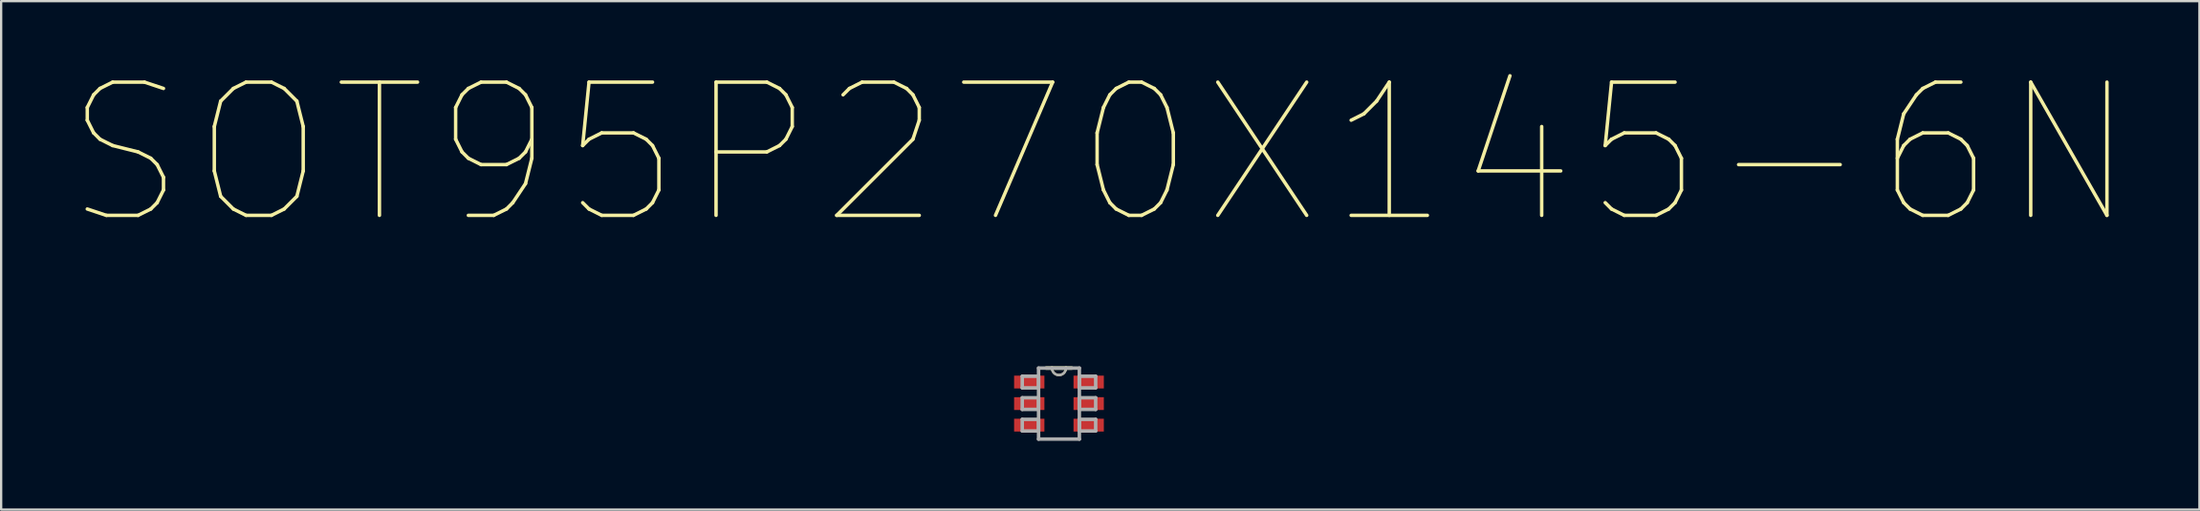
<source format=kicad_pcb>
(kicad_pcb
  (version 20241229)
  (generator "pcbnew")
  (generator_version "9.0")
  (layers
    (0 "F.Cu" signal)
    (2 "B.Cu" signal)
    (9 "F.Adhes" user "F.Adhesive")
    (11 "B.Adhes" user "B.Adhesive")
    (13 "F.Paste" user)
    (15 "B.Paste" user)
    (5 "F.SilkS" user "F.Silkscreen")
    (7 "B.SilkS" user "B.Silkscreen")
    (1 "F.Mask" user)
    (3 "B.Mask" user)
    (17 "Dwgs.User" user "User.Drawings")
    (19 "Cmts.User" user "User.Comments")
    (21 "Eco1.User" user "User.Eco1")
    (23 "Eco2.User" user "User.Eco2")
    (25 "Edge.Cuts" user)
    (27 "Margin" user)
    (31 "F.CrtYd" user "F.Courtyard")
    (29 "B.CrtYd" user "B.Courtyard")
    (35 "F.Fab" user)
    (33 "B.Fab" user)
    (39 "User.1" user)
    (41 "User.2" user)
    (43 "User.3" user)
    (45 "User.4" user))
  (footprint "SOT95P270X145-6N"
    (layer "F.Cu")
    (at 43.104 14.558)
    (property "Reference" "SOT95P270X145-6N" (at 1.801 -10.894 0) (layer "F.SilkS") (effects (font (size 5.813 5.813) (thickness 0.15))))
    (attr smd)
    (fp_line (start -0.305 -1.549) (end -0.559 -1.549) (stroke (width 0.152) (type solid)) (layer "F.SilkS"))
    (fp_line (start 0.305 -1.549) (end -0.305 -1.549) (stroke (width 0.152) (type solid)) (layer "F.SilkS"))
    (fp_line (start 0.559 -1.549) (end 0.305 -1.549) (stroke (width 0.152) (type solid)) (layer "F.SilkS"))
    (fp_arc (start 0.3048 -1.5494) (mid 0 -1.2446) (end -0.3048 -1.5494) (stroke (width 0.1) (type solid)) (layer "F.SilkS"))
    (fp_line (start -1.6 -1.194) (end -1.6 -0.686) (stroke (width 0.152) (type solid)) (layer "F.Fab"))
    (fp_line (start -1.6 -0.686) (end -0.889 -0.686) (stroke (width 0.152) (type solid)) (layer "F.Fab"))
    (fp_line (start -1.6 -0.254) (end -1.6 0.254) (stroke (width 0.152) (type solid)) (layer "F.Fab"))
    (fp_line (start -1.6 0.254) (end -0.889 0.254) (stroke (width 0.152) (type solid)) (layer "F.Fab"))
    (fp_line (start -1.6 0.686) (end -1.6 1.194) (stroke (width 0.152) (type solid)) (layer "F.Fab"))
    (fp_line (start -1.6 1.194) (end -0.889 1.194) (stroke (width 0.152) (type solid)) (layer "F.Fab"))
    (fp_line (start -0.889 -1.549) (end -0.889 1.549) (stroke (width 0.152) (type solid)) (layer "F.Fab"))
    (fp_line (start -0.889 -1.194) (end -1.6 -1.194) (stroke (width 0.152) (type solid)) (layer "F.Fab"))
    (fp_line (start -0.889 -0.686) (end -0.889 -1.194) (stroke (width 0.152) (type solid)) (layer "F.Fab"))
    (fp_line (start -0.889 -0.254) (end -1.6 -0.254) (stroke (width 0.152) (type solid)) (layer "F.Fab"))
    (fp_line (start -0.889 0.254) (end -0.889 -0.254) (stroke (width 0.152) (type solid)) (layer "F.Fab"))
    (fp_line (start -0.889 0.686) (end -1.6 0.686) (stroke (width 0.152) (type solid)) (layer "F.Fab"))
    (fp_line (start -0.889 1.194) (end -0.889 0.686) (stroke (width 0.152) (type solid)) (layer "F.Fab"))
    (fp_line (start -0.889 1.549) (end 0.889 1.549) (stroke (width 0.152) (type solid)) (layer "F.Fab"))
    (fp_line (start -0.305 -1.549) (end -0.889 -1.549) (stroke (width 0.152) (type solid)) (layer "F.Fab"))
    (fp_line (start 0.305 -1.549) (end -0.305 -1.549) (stroke (width 0.152) (type solid)) (layer "F.Fab"))
    (fp_line (start 0.889 -1.549) (end 0.305 -1.549) (stroke (width 0.152) (type solid)) (layer "F.Fab"))
    (fp_line (start 0.889 -1.194) (end 0.889 -0.686) (stroke (width 0.152) (type solid)) (layer "F.Fab"))
    (fp_line (start 0.889 -0.686) (end 1.6 -0.686) (stroke (width 0.152) (type solid)) (layer "F.Fab"))
    (fp_line (start 0.889 -0.254) (end 0.889 0.254) (stroke (width 0.152) (type solid)) (layer "F.Fab"))
    (fp_line (start 0.889 0.254) (end 1.6 0.254) (stroke (width 0.152) (type solid)) (layer "F.Fab"))
    (fp_line (start 0.889 0.686) (end 0.889 1.194) (stroke (width 0.152) (type solid)) (layer "F.Fab"))
    (fp_line (start 0.889 1.194) (end 1.6 1.194) (stroke (width 0.152) (type solid)) (layer "F.Fab"))
    (fp_line (start 0.889 1.549) (end 0.889 -1.549) (stroke (width 0.152) (type solid)) (layer "F.Fab"))
    (fp_line (start 1.6 -1.194) (end 0.889 -1.194) (stroke (width 0.152) (type solid)) (layer "F.Fab"))
    (fp_line (start 1.6 -0.686) (end 1.6 -1.194) (stroke (width 0.152) (type solid)) (layer "F.Fab"))
    (fp_line (start 1.6 -0.254) (end 0.889 -0.254) (stroke (width 0.152) (type solid)) (layer "F.Fab"))
    (fp_line (start 1.6 0.254) (end 1.6 -0.254) (stroke (width 0.152) (type solid)) (layer "F.Fab"))
    (fp_line (start 1.6 0.686) (end 0.889 0.686) (stroke (width 0.152) (type solid)) (layer "F.Fab"))
    (fp_line (start 1.6 1.194) (end 1.6 0.686) (stroke (width 0.152) (type solid)) (layer "F.Fab"))
    (fp_arc (start 0.3048 -1.5494) (mid 0 -1.2446) (end -0.3048 -1.5494) (stroke (width 0.1) (type solid)) (layer "F.Fab"))
    (pad "1" smd rect (at -1.295 -0.94) (size 1.321 0.559) (layers "F.Cu" "F.Mask" "F.Paste"))
    (pad "2" smd rect (at -1.295 0) (size 1.321 0.559) (layers "F.Cu" "F.Mask" "F.Paste"))
    (pad "3" smd rect (at -1.295 0.94) (size 1.321 0.559) (layers "F.Cu" "F.Mask" "F.Paste"))
    (pad "4" smd rect (at 1.295 0.94) (size 1.321 0.559) (layers "F.Cu" "F.Mask" "F.Paste"))
    (pad "5" smd rect (at 1.295 0) (size 1.321 0.559) (layers "F.Cu" "F.Mask" "F.Paste"))
    (pad "6" smd rect (at 1.295 -0.94) (size 1.321 0.559) (layers "F.Cu" "F.Mask" "F.Paste")))
  (gr_rect
    (start -3 -3)
    (end 92.81 19.184)
    (stroke (width 0.1) (type default))
    (fill no)
    (layer "Edge.Cuts")))
</source>
